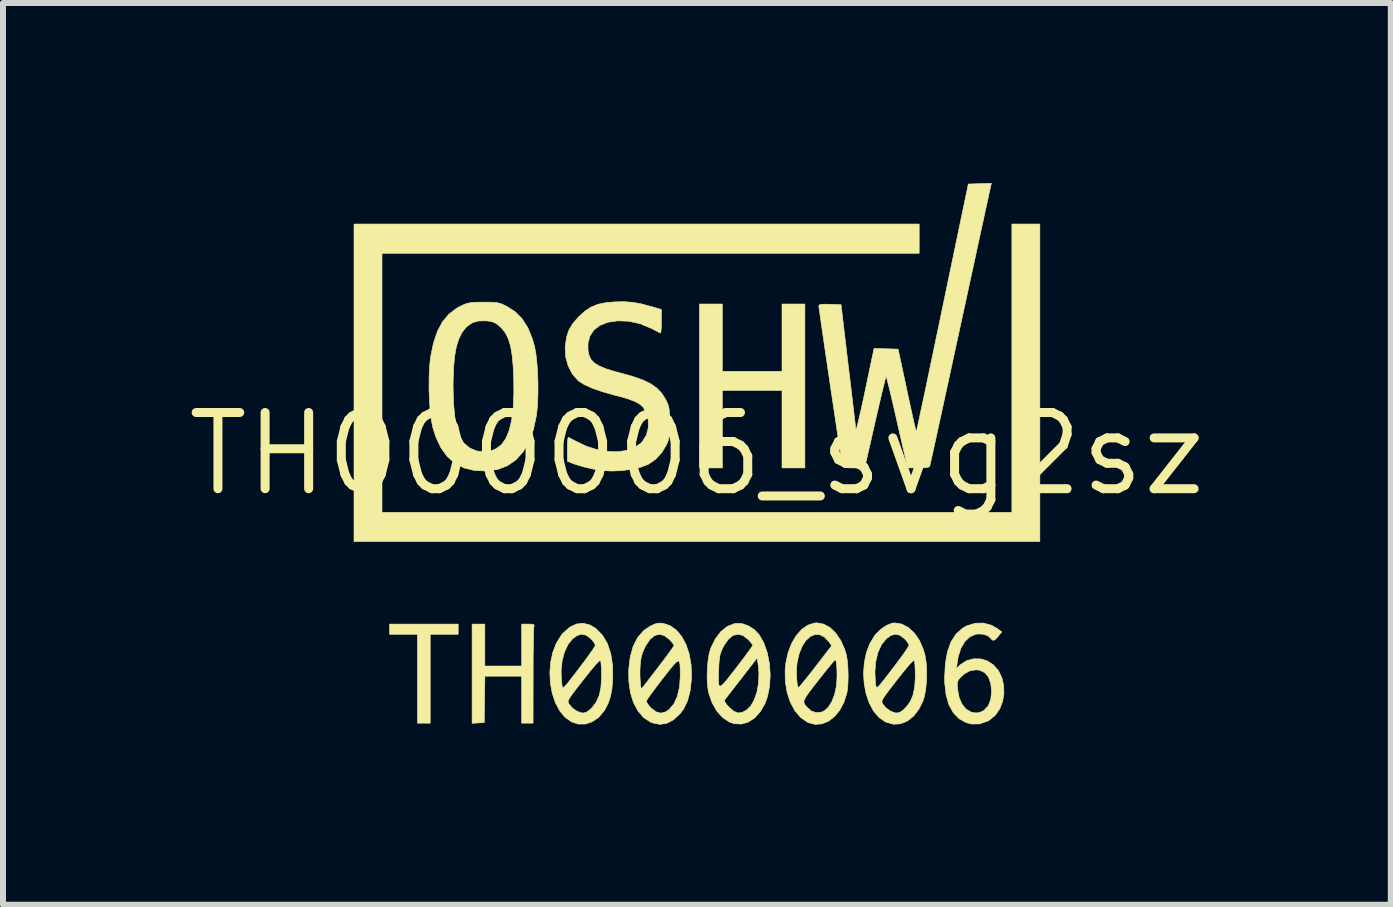
<source format=kicad_pcb>
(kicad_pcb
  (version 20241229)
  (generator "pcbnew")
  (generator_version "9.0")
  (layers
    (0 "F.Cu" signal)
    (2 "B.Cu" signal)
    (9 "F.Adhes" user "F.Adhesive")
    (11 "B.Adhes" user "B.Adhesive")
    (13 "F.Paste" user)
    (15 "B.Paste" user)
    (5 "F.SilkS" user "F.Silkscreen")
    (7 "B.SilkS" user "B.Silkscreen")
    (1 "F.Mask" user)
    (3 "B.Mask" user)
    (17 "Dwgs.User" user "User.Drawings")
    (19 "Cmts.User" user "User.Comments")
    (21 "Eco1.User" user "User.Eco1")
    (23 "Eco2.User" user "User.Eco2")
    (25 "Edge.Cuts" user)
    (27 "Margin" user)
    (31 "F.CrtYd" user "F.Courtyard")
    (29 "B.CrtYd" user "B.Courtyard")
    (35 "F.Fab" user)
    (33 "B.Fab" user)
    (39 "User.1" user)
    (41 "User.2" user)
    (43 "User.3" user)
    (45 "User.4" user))
  (footprint "TH000006_svg2sz"
    (layer "F.Cu")
    (at 8.565 4.515)
    (property "Reference" "TH000006_svg2sz" (at 0 0 0) (layer "F.SilkS") (effects (font (size 1.27 1.27) (thickness 0.15))))
    (attr through_hole)
    (fp_poly (pts (xy -3.979 3.006) (xy -4.445 3.006) (xy -4.445 4.487) (xy -4.657 4.487) (xy -4.657 3.006) (xy -5.122 3.006) (xy -5.122 2.836) (xy -3.979 2.836) (xy -3.979 3.006)) (stroke (width 0.01) (type solid)) (fill yes) (layer "F.SilkS"))
    (fp_poly (pts (xy 3.704 -3.344) (xy -5.249 -3.344) (xy -5.249 0.974) (xy 5.249 0.974) (xy 5.249 -3.831) (xy 5.715 -3.831) (xy 5.715 1.46) (xy -5.715 1.46) (xy -5.715 -3.831) (xy 3.704 -3.831) (xy 3.704 -3.344)) (stroke (width 0.01) (type solid)) (fill yes) (layer "F.SilkS"))
    (fp_poly (pts (xy 0.423 -1.376) (xy 1.418 -1.376) (xy 1.418 -2.498) (xy 1.799 -2.498) (xy 1.799 0.233) (xy 1.418 0.233) (xy 1.418 -1.058) (xy 0.423 -1.058) (xy 0.423 0.233) (xy 0.042 0.233) (xy 0.042 -2.498) (xy 0.423 -2.498) (xy 0.423 -1.376)) (stroke (width 0.01) (type solid)) (fill yes) (layer "F.SilkS"))
    (fp_poly (pts (xy -3.535 3.535) (xy -2.921 3.535) (xy -2.921 2.836) (xy -2.813 2.836) (xy -2.75 2.838) (xy -2.719 2.845) (xy -2.713 2.863) (xy -2.717 2.884) (xy -2.72 2.916) (xy -2.723 2.984) (xy -2.725 3.085) (xy -2.727 3.214) (xy -2.729 3.364) (xy -2.73 3.531) (xy -2.73 3.709) (xy -2.731 4.487) (xy -2.921 4.487) (xy -2.921 3.704) (xy -3.534 3.704) (xy -3.54 4.09) (xy -3.545 4.477) (xy -3.646 4.483) (xy -3.747 4.49) (xy -3.747 2.836) (xy -3.535 2.836) (xy -3.535 3.535)) (stroke (width 0.01) (type solid)) (fill yes) (layer "F.SilkS"))
    (fp_poly (pts (xy 4.912 2.857) (xy 5.011 2.914) (xy 5.08 2.966) (xy 5.022 3.039) (xy 4.974 3.091) (xy 4.94 3.108) (xy 4.911 3.092) (xy 4.895 3.07) (xy 4.848 3.03) (xy 4.775 3.005) (xy 4.69 3) (xy 4.645 3.006) (xy 4.546 3.049) (xy 4.463 3.129) (xy 4.398 3.241) (xy 4.354 3.381) (xy 4.343 3.446) (xy 4.325 3.574) (xy 4.385 3.517) (xy 4.487 3.449) (xy 4.606 3.415) (xy 4.73 3.416) (xy 4.837 3.448) (xy 4.944 3.518) (xy 5.026 3.614) (xy 5.082 3.73) (xy 5.112 3.859) (xy 5.116 3.992) (xy 5.095 4.124) (xy 5.047 4.247) (xy 4.974 4.353) (xy 4.876 4.435) (xy 4.842 4.454) (xy 4.71 4.499) (xy 4.579 4.502) (xy 4.492 4.48) (xy 4.37 4.414) (xy 4.273 4.314) (xy 4.2 4.181) (xy 4.152 4.014) (xy 4.133 3.844) (xy 4.339 3.844) (xy 4.344 3.919) (xy 4.344 3.921) (xy 4.369 4.058) (xy 4.417 4.17) (xy 4.486 4.254) (xy 4.572 4.304) (xy 4.653 4.318) (xy 4.722 4.305) (xy 4.783 4.276) (xy 4.855 4.199) (xy 4.897 4.092) (xy 4.911 3.96) (xy 4.897 3.825) (xy 4.859 3.719) (xy 4.797 3.645) (xy 4.713 3.605) (xy 4.653 3.598) (xy 4.55 3.614) (xy 4.457 3.665) (xy 4.394 3.722) (xy 4.361 3.761) (xy 4.344 3.797) (xy 4.339 3.844) (xy 4.133 3.844) (xy 4.129 3.815) (xy 4.128 3.73) (xy 4.14 3.496) (xy 4.175 3.298) (xy 4.234 3.134) (xy 4.318 3.003) (xy 4.425 2.906) (xy 4.497 2.865) (xy 4.636 2.822) (xy 4.777 2.819) (xy 4.912 2.857)) (stroke (width 0.01) (type solid)) (fill yes) (layer "F.SilkS"))
    (fp_poly (pts (xy 0.75 2.828) (xy 0.857 2.865) (xy 0.958 2.929) (xy 1.036 3.011) (xy 1.114 3.148) (xy 1.172 3.312) (xy 1.208 3.494) (xy 1.221 3.683) (xy 1.211 3.87) (xy 1.176 4.044) (xy 1.134 4.16) (xy 1.056 4.296) (xy 0.962 4.4) (xy 0.855 4.469) (xy 0.741 4.502) (xy 0.622 4.496) (xy 0.54 4.468) (xy 0.429 4.394) (xy 0.332 4.286) (xy 0.253 4.148) (xy 0.236 4.099) (xy 0.462 4.099) (xy 0.463 4.129) (xy 0.498 4.18) (xy 0.535 4.221) (xy 0.612 4.288) (xy 0.683 4.317) (xy 0.754 4.308) (xy 0.826 4.27) (xy 0.898 4.199) (xy 0.957 4.095) (xy 1.001 3.965) (xy 1.027 3.818) (xy 1.033 3.663) (xy 1.025 3.546) (xy 1.005 3.398) (xy 0.743 3.737) (xy 0.662 3.841) (xy 0.59 3.934) (xy 0.529 4.012) (xy 0.486 4.068) (xy 0.463 4.097) (xy 0.462 4.099) (xy 0.236 4.099) (xy 0.198 3.988) (xy 0.19 3.956) (xy 0.175 3.851) (xy 0.173 3.79) (xy 0.358 3.79) (xy 0.364 3.847) (xy 0.38 3.871) (xy 0.407 3.863) (xy 0.451 3.822) (xy 0.512 3.749) (xy 0.595 3.642) (xy 0.657 3.563) (xy 0.738 3.456) (xy 0.81 3.361) (xy 0.868 3.282) (xy 0.909 3.224) (xy 0.93 3.192) (xy 0.931 3.188) (xy 0.917 3.164) (xy 0.882 3.122) (xy 0.849 3.088) (xy 0.766 3.025) (xy 0.683 3.005) (xy 0.602 3.025) (xy 0.525 3.087) (xy 0.454 3.189) (xy 0.43 3.234) (xy 0.402 3.296) (xy 0.384 3.355) (xy 0.373 3.423) (xy 0.366 3.512) (xy 0.363 3.582) (xy 0.359 3.702) (xy 0.358 3.79) (xy 0.173 3.79) (xy 0.17 3.722) (xy 0.174 3.584) (xy 0.185 3.448) (xy 0.204 3.329) (xy 0.229 3.241) (xy 0.305 3.085) (xy 0.397 2.963) (xy 0.503 2.877) (xy 0.621 2.829) (xy 0.647 2.824) (xy 0.75 2.828)) (stroke (width 0.01) (type solid)) (fill yes) (layer "F.SilkS"))
    (fp_poly (pts (xy 2.112 2.836) (xy 2.218 2.894) (xy 2.314 2.987) (xy 2.397 3.109) (xy 2.463 3.257) (xy 2.488 3.339) (xy 2.505 3.435) (xy 2.516 3.559) (xy 2.52 3.694) (xy 2.517 3.826) (xy 2.507 3.94) (xy 2.498 3.987) (xy 2.449 4.142) (xy 2.379 4.273) (xy 2.291 4.378) (xy 2.191 4.455) (xy 2.082 4.499) (xy 1.969 4.508) (xy 1.856 4.478) (xy 1.844 4.472) (xy 1.729 4.393) (xy 1.633 4.28) (xy 1.557 4.139) (xy 1.552 4.126) (xy 1.783 4.126) (xy 1.786 4.155) (xy 1.801 4.182) (xy 1.825 4.213) (xy 1.904 4.284) (xy 1.99 4.313) (xy 2.08 4.302) (xy 2.13 4.277) (xy 2.193 4.218) (xy 2.249 4.126) (xy 2.294 4.011) (xy 2.322 3.882) (xy 2.325 3.863) (xy 2.332 3.777) (xy 2.335 3.684) (xy 2.333 3.593) (xy 2.328 3.514) (xy 2.32 3.457) (xy 2.309 3.43) (xy 2.306 3.429) (xy 2.289 3.445) (xy 2.25 3.49) (xy 2.193 3.558) (xy 2.123 3.645) (xy 2.044 3.745) (xy 2.024 3.77) (xy 1.933 3.887) (xy 1.866 3.976) (xy 1.82 4.042) (xy 1.793 4.09) (xy 1.783 4.126) (xy 1.552 4.126) (xy 1.503 3.976) (xy 1.473 3.795) (xy 1.47 3.635) (xy 1.659 3.635) (xy 1.661 3.722) (xy 1.667 3.8) (xy 1.676 3.861) (xy 1.688 3.892) (xy 1.692 3.895) (xy 1.709 3.879) (xy 1.748 3.834) (xy 1.804 3.765) (xy 1.874 3.678) (xy 1.953 3.577) (xy 1.977 3.545) (xy 2.246 3.196) (xy 2.201 3.133) (xy 2.127 3.053) (xy 2.048 3.013) (xy 1.968 3.01) (xy 1.89 3.042) (xy 1.818 3.107) (xy 1.755 3.203) (xy 1.704 3.328) (xy 1.669 3.479) (xy 1.662 3.551) (xy 1.659 3.635) (xy 1.47 3.635) (xy 1.47 3.603) (xy 1.482 3.483) (xy 1.519 3.313) (xy 1.577 3.16) (xy 1.654 3.03) (xy 1.744 2.927) (xy 1.846 2.855) (xy 1.955 2.819) (xy 2 2.815) (xy 2.112 2.836)) (stroke (width 0.01) (type solid)) (fill yes) (layer "F.SilkS"))
    (fp_poly (pts (xy -3.448 -2.529) (xy -3.371 -2.525) (xy -3.313 -2.517) (xy -3.262 -2.502) (xy -3.206 -2.477) (xy -3.172 -2.46) (xy -3.032 -2.372) (xy -2.915 -2.255) (xy -2.82 -2.107) (xy -2.745 -1.924) (xy -2.707 -1.794) (xy -2.684 -1.673) (xy -2.667 -1.521) (xy -2.655 -1.348) (xy -2.649 -1.166) (xy -2.65 -0.985) (xy -2.657 -0.816) (xy -2.671 -0.67) (xy -2.674 -0.645) (xy -2.725 -0.407) (xy -2.799 -0.203) (xy -2.897 -0.034) (xy -3.017 0.099) (xy -3.159 0.197) (xy -3.322 0.259) (xy -3.508 0.285) (xy -3.706 0.276) (xy -3.88 0.234) (xy -4.032 0.156) (xy -4.162 0.042) (xy -4.27 -0.108) (xy -4.356 -0.294) (xy -4.403 -0.445) (xy -4.427 -0.568) (xy -4.446 -0.723) (xy -4.458 -0.899) (xy -4.465 -1.085) (xy -4.464 -1.112) (xy -4.064 -1.112) (xy -4.057 -0.854) (xy -4.038 -0.634) (xy -4.004 -0.452) (xy -3.957 -0.307) (xy -3.896 -0.198) (xy -3.88 -0.177) (xy -3.785 -0.097) (xy -3.671 -0.049) (xy -3.546 -0.035) (xy -3.42 -0.056) (xy -3.343 -0.089) (xy -3.255 -0.157) (xy -3.184 -0.258) (xy -3.129 -0.392) (xy -3.088 -0.561) (xy -3.062 -0.767) (xy -3.051 -1.01) (xy -3.053 -1.248) (xy -3.063 -1.464) (xy -3.08 -1.644) (xy -3.105 -1.792) (xy -3.141 -1.912) (xy -3.188 -2.009) (xy -3.247 -2.089) (xy -3.308 -2.145) (xy -3.37 -2.187) (xy -3.436 -2.209) (xy -3.512 -2.218) (xy -3.64 -2.216) (xy -3.743 -2.187) (xy -3.829 -2.127) (xy -3.859 -2.097) (xy -3.922 -2.012) (xy -3.972 -1.908) (xy -4.011 -1.781) (xy -4.038 -1.627) (xy -4.055 -1.441) (xy -4.063 -1.22) (xy -4.064 -1.112) (xy -4.464 -1.112) (xy -4.464 -1.269) (xy -4.457 -1.442) (xy -4.442 -1.593) (xy -4.437 -1.624) (xy -4.39 -1.852) (xy -4.325 -2.043) (xy -4.241 -2.201) (xy -4.136 -2.327) (xy -4.008 -2.426) (xy -3.926 -2.47) (xy -3.867 -2.496) (xy -3.814 -2.513) (xy -3.757 -2.523) (xy -3.683 -2.528) (xy -3.581 -2.529) (xy -3.556 -2.529) (xy -3.448 -2.529)) (stroke (width 0.01) (type solid)) (fill yes) (layer "F.SilkS"))
    (fp_poly (pts (xy -1.785 2.85) (xy -1.688 2.907) (xy -1.577 3.018) (xy -1.492 3.16) (xy -1.435 3.332) (xy -1.405 3.532) (xy -1.403 3.743) (xy -1.416 3.91) (xy -1.442 4.046) (xy -1.481 4.161) (xy -1.537 4.267) (xy -1.548 4.284) (xy -1.639 4.391) (xy -1.746 4.464) (xy -1.861 4.502) (xy -1.981 4.502) (xy -2.09 4.465) (xy -2.2 4.387) (xy -2.29 4.277) (xy -2.361 4.141) (xy -2.364 4.132) (xy -2.147 4.132) (xy -2.141 4.151) (xy -2.133 4.167) (xy -2.077 4.233) (xy -2.003 4.286) (xy -1.926 4.315) (xy -1.898 4.318) (xy -1.848 4.308) (xy -1.794 4.272) (xy -1.746 4.226) (xy -1.676 4.134) (xy -1.628 4.024) (xy -1.6 3.89) (xy -1.589 3.724) (xy -1.589 3.682) (xy -1.591 3.591) (xy -1.596 3.513) (xy -1.602 3.461) (xy -1.605 3.448) (xy -1.617 3.445) (xy -1.644 3.466) (xy -1.688 3.512) (xy -1.752 3.587) (xy -1.836 3.692) (xy -1.892 3.763) (xy -1.983 3.879) (xy -2.051 3.967) (xy -2.098 4.032) (xy -2.128 4.077) (xy -2.143 4.109) (xy -2.147 4.132) (xy -2.364 4.132) (xy -2.412 3.987) (xy -2.442 3.82) (xy -2.451 3.647) (xy -2.449 3.614) (xy -2.264 3.614) (xy -2.257 3.786) (xy -2.255 3.799) (xy -2.25 3.843) (xy -2.246 3.874) (xy -2.238 3.892) (xy -2.224 3.892) (xy -2.201 3.873) (xy -2.164 3.832) (xy -2.112 3.766) (xy -2.039 3.672) (xy -1.944 3.548) (xy -1.94 3.542) (xy -1.863 3.44) (xy -1.796 3.348) (xy -1.742 3.271) (xy -1.707 3.216) (xy -1.693 3.189) (xy -1.693 3.188) (xy -1.707 3.155) (xy -1.743 3.107) (xy -1.768 3.08) (xy -1.845 3.022) (xy -1.921 3.004) (xy -1.999 3.027) (xy -2.073 3.081) (xy -2.149 3.176) (xy -2.208 3.302) (xy -2.247 3.45) (xy -2.264 3.614) (xy -2.449 3.614) (xy -2.438 3.474) (xy -2.402 3.308) (xy -2.343 3.155) (xy -2.261 3.022) (xy -2.232 2.988) (xy -2.124 2.891) (xy -2.013 2.836) (xy -1.899 2.822) (xy -1.785 2.85)) (stroke (width 0.01) (type solid)) (fill yes) (layer "F.SilkS"))
    (fp_poly (pts (xy -0.562 2.824) (xy -0.446 2.863) (xy -0.342 2.937) (xy -0.253 3.044) (xy -0.181 3.179) (xy -0.128 3.338) (xy -0.097 3.516) (xy -0.09 3.708) (xy -0.091 3.747) (xy -0.113 3.949) (xy -0.157 4.117) (xy -0.224 4.254) (xy -0.278 4.326) (xy -0.388 4.429) (xy -0.501 4.489) (xy -0.618 4.507) (xy -0.739 4.483) (xy -0.773 4.469) (xy -0.888 4.394) (xy -0.983 4.284) (xy -1.057 4.144) (xy -1.066 4.117) (xy -0.843 4.117) (xy -0.833 4.149) (xy -0.799 4.197) (xy -0.766 4.234) (xy -0.683 4.298) (xy -0.603 4.32) (xy -0.523 4.3) (xy -0.466 4.262) (xy -0.384 4.166) (xy -0.325 4.037) (xy -0.289 3.878) (xy -0.277 3.692) (xy -0.278 3.677) (xy -0.279 3.578) (xy -0.283 3.507) (xy -0.293 3.464) (xy -0.31 3.45) (xy -0.34 3.466) (xy -0.386 3.512) (xy -0.45 3.589) (xy -0.535 3.699) (xy -0.572 3.745) (xy -0.652 3.85) (xy -0.724 3.945) (xy -0.782 4.024) (xy -0.823 4.083) (xy -0.842 4.115) (xy -0.843 4.117) (xy -1.066 4.117) (xy -1.109 3.977) (xy -1.135 3.787) (xy -1.137 3.625) (xy -0.95 3.625) (xy -0.949 3.711) (xy -0.945 3.793) (xy -0.939 3.86) (xy -0.931 3.903) (xy -0.921 3.913) (xy -0.921 3.912) (xy -0.907 3.894) (xy -0.871 3.848) (xy -0.816 3.778) (xy -0.748 3.689) (xy -0.67 3.588) (xy -0.648 3.559) (xy -0.568 3.454) (xy -0.497 3.36) (xy -0.44 3.281) (xy -0.4 3.224) (xy -0.382 3.194) (xy -0.381 3.191) (xy -0.395 3.166) (xy -0.431 3.122) (xy -0.463 3.088) (xy -0.546 3.026) (xy -0.627 3.006) (xy -0.706 3.028) (xy -0.782 3.09) (xy -0.852 3.194) (xy -0.868 3.225) (xy -0.907 3.313) (xy -0.93 3.395) (xy -0.943 3.491) (xy -0.947 3.541) (xy -0.95 3.625) (xy -1.137 3.625) (xy -1.137 3.598) (xy -1.113 3.388) (xy -1.063 3.208) (xy -0.988 3.06) (xy -0.887 2.944) (xy -0.779 2.871) (xy -0.705 2.836) (xy -0.647 2.821) (xy -0.59 2.821) (xy -0.562 2.824)) (stroke (width 0.01) (type solid)) (fill yes) (layer "F.SilkS"))
    (fp_poly (pts (xy 3.412 2.835) (xy 3.524 2.893) (xy 3.624 2.985) (xy 3.709 3.109) (xy 3.774 3.261) (xy 3.801 3.357) (xy 3.821 3.482) (xy 3.829 3.627) (xy 3.826 3.779) (xy 3.813 3.924) (xy 3.789 4.049) (xy 3.77 4.11) (xy 3.698 4.256) (xy 3.609 4.371) (xy 3.506 4.452) (xy 3.394 4.497) (xy 3.276 4.505) (xy 3.156 4.472) (xy 3.138 4.464) (xy 3.03 4.388) (xy 2.94 4.28) (xy 2.869 4.146) (xy 2.865 4.134) (xy 3.083 4.134) (xy 3.088 4.153) (xy 3.096 4.168) (xy 3.151 4.233) (xy 3.225 4.286) (xy 3.302 4.315) (xy 3.33 4.318) (xy 3.38 4.308) (xy 3.434 4.272) (xy 3.482 4.226) (xy 3.552 4.134) (xy 3.6 4.024) (xy 3.629 3.89) (xy 3.639 3.724) (xy 3.639 3.682) (xy 3.637 3.59) (xy 3.633 3.513) (xy 3.627 3.461) (xy 3.623 3.448) (xy 3.611 3.444) (xy 3.585 3.464) (xy 3.542 3.51) (xy 3.48 3.583) (xy 3.396 3.687) (xy 3.336 3.763) (xy 3.246 3.88) (xy 3.178 3.968) (xy 3.131 4.033) (xy 3.101 4.079) (xy 3.086 4.111) (xy 3.083 4.134) (xy 2.865 4.134) (xy 2.818 3.993) (xy 2.787 3.827) (xy 2.777 3.655) (xy 2.778 3.638) (xy 2.966 3.638) (xy 2.973 3.78) (xy 2.978 3.829) (xy 2.982 3.866) (xy 2.99 3.887) (xy 3.003 3.891) (xy 3.026 3.874) (xy 3.062 3.834) (xy 3.115 3.768) (xy 3.187 3.675) (xy 3.281 3.551) (xy 3.288 3.542) (xy 3.365 3.44) (xy 3.433 3.348) (xy 3.486 3.271) (xy 3.521 3.216) (xy 3.535 3.189) (xy 3.535 3.188) (xy 3.521 3.155) (xy 3.485 3.107) (xy 3.46 3.08) (xy 3.383 3.022) (xy 3.307 3.004) (xy 3.229 3.027) (xy 3.155 3.081) (xy 3.075 3.18) (xy 3.016 3.31) (xy 2.979 3.465) (xy 2.966 3.638) (xy 2.778 3.638) (xy 2.789 3.483) (xy 2.823 3.317) (xy 2.88 3.164) (xy 2.96 3.031) (xy 2.99 2.994) (xy 3.07 2.918) (xy 3.16 2.858) (xy 3.245 2.823) (xy 3.291 2.816) (xy 3.412 2.835)) (stroke (width 0.01) (type solid)) (fill yes) (layer "F.SilkS"))
    (fp_poly (pts (xy -1.071 -2.526) (xy -0.926 -2.5) (xy -0.761 -2.456) (xy -0.746 -2.452) (xy -0.593 -2.407) (xy -0.593 -2.207) (xy -0.594 -2.122) (xy -0.598 -2.057) (xy -0.604 -2.02) (xy -0.609 -2.015) (xy -0.634 -2.027) (xy -0.686 -2.054) (xy -0.753 -2.089) (xy -0.753 -2.089) (xy -0.946 -2.17) (xy -1.138 -2.212) (xy -1.323 -2.218) (xy -1.485 -2.194) (xy -1.616 -2.143) (xy -1.716 -2.067) (xy -1.783 -1.966) (xy -1.816 -1.843) (xy -1.815 -1.721) (xy -1.798 -1.641) (xy -1.765 -1.573) (xy -1.71 -1.516) (xy -1.63 -1.466) (xy -1.52 -1.42) (xy -1.376 -1.375) (xy -1.265 -1.346) (xy -1.065 -1.29) (xy -0.903 -1.233) (xy -0.773 -1.17) (xy -0.671 -1.098) (xy -0.59 -1.016) (xy -0.527 -0.918) (xy -0.515 -0.894) (xy -0.489 -0.839) (xy -0.472 -0.79) (xy -0.462 -0.736) (xy -0.457 -0.667) (xy -0.455 -0.571) (xy -0.455 -0.519) (xy -0.456 -0.407) (xy -0.46 -0.326) (xy -0.468 -0.265) (xy -0.482 -0.214) (xy -0.504 -0.161) (xy -0.51 -0.147) (xy -0.588 -0.02) (xy -0.691 0.09) (xy -0.806 0.17) (xy -0.81 0.172) (xy -0.935 0.221) (xy -1.089 0.257) (xy -1.259 0.279) (xy -1.432 0.285) (xy -1.587 0.275) (xy -1.728 0.252) (xy -1.875 0.219) (xy -2.011 0.179) (xy -2.077 0.155) (xy -2.159 0.122) (xy -2.159 -0.076) (xy -2.158 -0.162) (xy -2.154 -0.229) (xy -2.148 -0.269) (xy -2.145 -0.275) (xy -2.12 -0.266) (xy -2.071 -0.24) (xy -2.018 -0.212) (xy -1.845 -0.129) (xy -1.668 -0.072) (xy -1.494 -0.041) (xy -1.327 -0.036) (xy -1.175 -0.057) (xy -1.043 -0.104) (xy -0.936 -0.177) (xy -0.911 -0.203) (xy -0.844 -0.311) (xy -0.81 -0.436) (xy -0.812 -0.569) (xy -0.835 -0.663) (xy -0.865 -0.73) (xy -0.904 -0.786) (xy -0.958 -0.833) (xy -1.033 -0.874) (xy -1.135 -0.913) (xy -1.269 -0.953) (xy -1.393 -0.985) (xy -1.579 -1.038) (xy -1.74 -1.094) (xy -1.87 -1.152) (xy -1.965 -1.21) (xy -1.98 -1.222) (xy -2.076 -1.332) (xy -2.147 -1.469) (xy -2.188 -1.621) (xy -2.196 -1.781) (xy -2.193 -1.809) (xy -2.171 -1.953) (xy -2.131 -2.07) (xy -2.068 -2.174) (xy -1.975 -2.281) (xy -1.969 -2.287) (xy -1.864 -2.382) (xy -1.761 -2.449) (xy -1.649 -2.494) (xy -1.516 -2.521) (xy -1.365 -2.534) (xy -1.212 -2.537) (xy -1.071 -2.526)) (stroke (width 0.01) (type solid)) (fill yes) (layer "F.SilkS"))
    (fp_poly (pts (xy 4.889 -4.43) (xy 4.882 -4.399) (xy 4.867 -4.329) (xy 4.844 -4.223) (xy 4.813 -4.085) (xy 4.777 -3.916) (xy 4.734 -3.72) (xy 4.686 -3.499) (xy 4.634 -3.256) (xy 4.577 -2.994) (xy 4.516 -2.715) (xy 4.453 -2.423) (xy 4.387 -2.12) (xy 4.382 -2.095) (xy 4.316 -1.793) (xy 4.253 -1.502) (xy 4.193 -1.224) (xy 4.136 -0.964) (xy 4.084 -0.723) (xy 4.036 -0.504) (xy 3.994 -0.309) (xy 3.957 -0.142) (xy 3.927 -0.006) (xy 3.904 0.098) (xy 3.889 0.165) (xy 3.882 0.195) (xy 3.882 0.196) (xy 3.87 0.214) (xy 3.843 0.225) (xy 3.793 0.231) (xy 3.71 0.233) (xy 3.693 0.233) (xy 3.516 0.233) (xy 3.497 0.164) (xy 3.488 0.127) (xy 3.471 0.055) (xy 3.447 -0.049) (xy 3.418 -0.177) (xy 3.384 -0.324) (xy 3.347 -0.486) (xy 3.322 -0.598) (xy 3.284 -0.762) (xy 3.249 -0.913) (xy 3.218 -1.045) (xy 3.191 -1.153) (xy 3.171 -1.233) (xy 3.158 -1.28) (xy 3.153 -1.291) (xy 3.146 -1.271) (xy 3.131 -1.215) (xy 3.109 -1.127) (xy 3.081 -1.012) (xy 3.049 -0.875) (xy 3.013 -0.721) (xy 2.987 -0.609) (xy 2.949 -0.441) (xy 2.913 -0.283) (xy 2.881 -0.141) (xy 2.853 -0.021) (xy 2.832 0.073) (xy 2.817 0.135) (xy 2.813 0.153) (xy 2.792 0.233) (xy 2.614 0.233) (xy 2.526 0.232) (xy 2.473 0.228) (xy 2.443 0.219) (xy 2.429 0.203) (xy 2.424 0.185) (xy 2.419 0.153) (xy 2.408 0.084) (xy 2.392 -0.017) (xy 2.372 -0.146) (xy 2.349 -0.299) (xy 2.323 -0.472) (xy 2.295 -0.659) (xy 2.266 -0.856) (xy 2.235 -1.06) (xy 2.205 -1.265) (xy 2.175 -1.468) (xy 2.146 -1.664) (xy 2.119 -1.848) (xy 2.095 -2.016) (xy 2.073 -2.163) (xy 2.056 -2.287) (xy 2.043 -2.38) (xy 2.034 -2.441) (xy 2.032 -2.463) (xy 2.037 -2.48) (xy 2.056 -2.491) (xy 2.097 -2.495) (xy 2.17 -2.495) (xy 2.217 -2.493) (xy 2.402 -2.487) (xy 2.522 -1.471) (xy 2.547 -1.267) (xy 2.57 -1.074) (xy 2.591 -0.897) (xy 2.609 -0.741) (xy 2.625 -0.609) (xy 2.637 -0.506) (xy 2.646 -0.437) (xy 2.65 -0.405) (xy 2.65 -0.405) (xy 2.655 -0.412) (xy 2.669 -0.457) (xy 2.688 -0.535) (xy 2.713 -0.641) (xy 2.743 -0.772) (xy 2.776 -0.922) (xy 2.804 -1.056) (xy 2.952 -1.758) (xy 3.152 -1.752) (xy 3.353 -1.746) (xy 3.501 -1.054) (xy 3.536 -0.889) (xy 3.569 -0.739) (xy 3.598 -0.608) (xy 3.622 -0.501) (xy 3.641 -0.423) (xy 3.653 -0.378) (xy 3.656 -0.368) (xy 3.662 -0.39) (xy 3.675 -0.45) (xy 3.696 -0.546) (xy 3.723 -0.675) (xy 3.757 -0.834) (xy 3.797 -1.02) (xy 3.841 -1.232) (xy 3.89 -1.465) (xy 3.943 -1.717) (xy 3.999 -1.986) (xy 4.058 -2.268) (xy 4.093 -2.437) (xy 4.523 -4.498) (xy 4.715 -4.504) (xy 4.907 -4.51) (xy 4.889 -4.43)) (stroke (width 0.01) (type solid)) (fill yes) (layer "F.SilkS")))
  (gr_rect
    (start -3 -3)
    (end 20.129 12.028)
    (stroke (width 0.1) (type default))
    (fill no)
    (layer "Edge.Cuts")))
</source>
